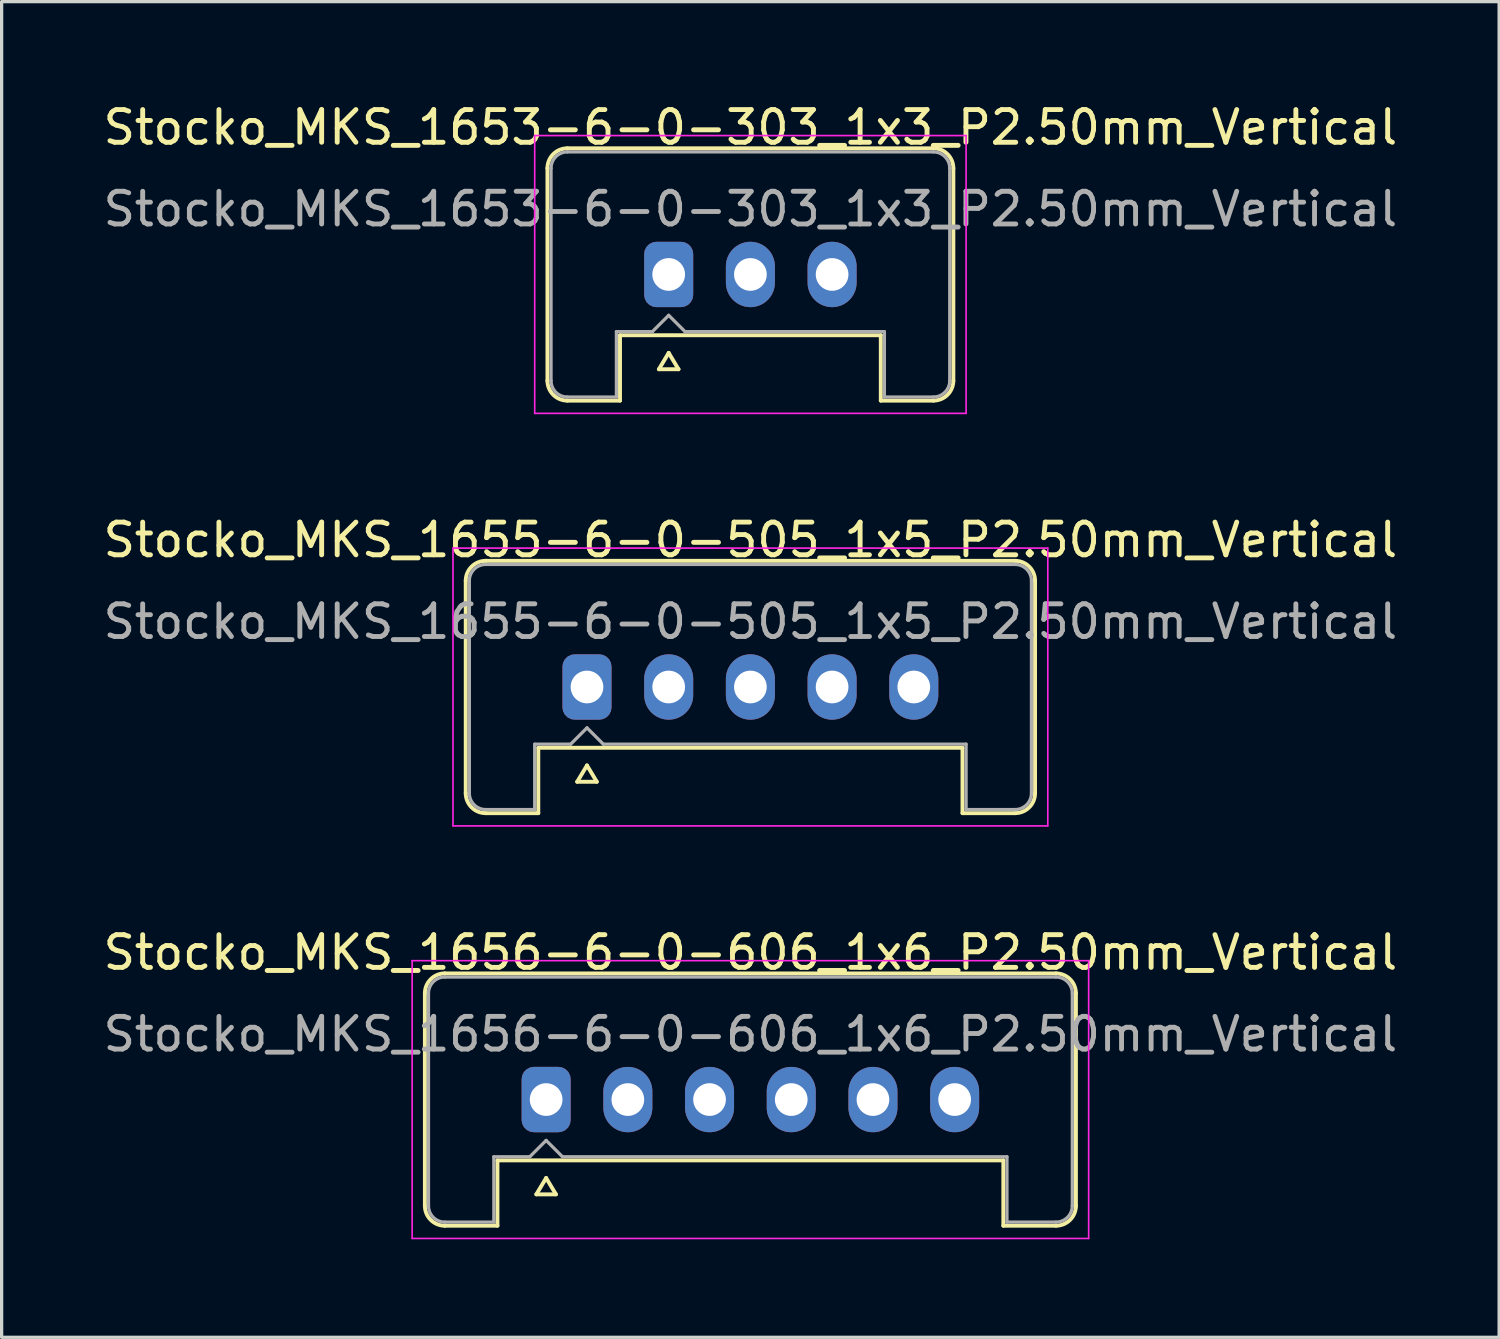
<source format=kicad_pcb>
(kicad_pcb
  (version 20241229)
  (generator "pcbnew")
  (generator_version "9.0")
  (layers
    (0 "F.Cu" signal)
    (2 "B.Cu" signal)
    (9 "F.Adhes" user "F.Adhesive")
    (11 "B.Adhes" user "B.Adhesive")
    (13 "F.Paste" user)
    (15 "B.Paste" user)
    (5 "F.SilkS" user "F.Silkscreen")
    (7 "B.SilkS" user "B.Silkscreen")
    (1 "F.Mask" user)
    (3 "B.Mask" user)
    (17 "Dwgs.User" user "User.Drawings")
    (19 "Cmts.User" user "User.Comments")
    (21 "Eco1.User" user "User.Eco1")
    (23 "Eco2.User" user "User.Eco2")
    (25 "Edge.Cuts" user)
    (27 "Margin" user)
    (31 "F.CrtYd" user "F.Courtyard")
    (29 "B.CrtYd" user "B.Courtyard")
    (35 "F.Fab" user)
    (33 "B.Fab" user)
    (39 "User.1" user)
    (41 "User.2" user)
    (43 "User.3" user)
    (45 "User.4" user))
  (footprint "Stocko_MKS_1655-6-0-505_1x5_P2.50mm_Vertical"
    (layer "F.Cu")
    (at 14.911 17.971)
    (property "Reference" "Stocko_MKS_1655-6-0-505_1x5_P2.50mm_Vertical" (at 5 -4.5 0) (layer "F.SilkS") (effects (font (size 1 1) (thickness 0.15))))
    (attr through_hole)
    (fp_line (start -3.71 -3.25) (end -3.71 3.25) (stroke (width 0.12) (type solid)) (layer "F.SilkS"))
    (fp_line (start -3.1 -3.86) (end 13.1 -3.86) (stroke (width 0.12) (type solid)) (layer "F.SilkS"))
    (fp_line (start -3.1 3.86) (end -1.49 3.86) (stroke (width 0.12) (type solid)) (layer "F.SilkS"))
    (fp_line (start -1.49 1.86) (end 11.49 1.86) (stroke (width 0.12) (type solid)) (layer "F.SilkS"))
    (fp_line (start -1.49 3.86) (end -1.49 1.86) (stroke (width 0.12) (type solid)) (layer "F.SilkS"))
    (fp_line (start -0.3 2.9) (end 0.3 2.9) (stroke (width 0.12) (type solid)) (layer "F.SilkS"))
    (fp_line (start 0 2.4) (end -0.3 2.9) (stroke (width 0.12) (type solid)) (layer "F.SilkS"))
    (fp_line (start 0.3 2.9) (end 0 2.4) (stroke (width 0.12) (type solid)) (layer "F.SilkS"))
    (fp_line (start 11.49 3.86) (end 11.49 1.86) (stroke (width 0.12) (type solid)) (layer "F.SilkS"))
    (fp_line (start 13.1 3.86) (end 11.49 3.86) (stroke (width 0.12) (type solid)) (layer "F.SilkS"))
    (fp_line (start 13.71 -3.25) (end 13.71 3.25) (stroke (width 0.12) (type solid)) (layer "F.SilkS"))
    (fp_arc (start -3.71 -3.25) (mid -3.531335 -3.681335) (end -3.1 -3.86) (stroke (width 0.12) (type solid)) (layer "F.SilkS"))
    (fp_arc (start -3.1 3.86) (mid -3.531335 3.681335) (end -3.71 3.25) (stroke (width 0.12) (type solid)) (layer "F.SilkS"))
    (fp_arc (start 13.1 -3.86) (mid 13.531335 -3.681335) (end 13.71 -3.25) (stroke (width 0.12) (type solid)) (layer "F.SilkS"))
    (fp_arc (start 13.71 3.25) (mid 13.531335 3.681335) (end 13.1 3.86) (stroke (width 0.12) (type solid)) (layer "F.SilkS"))
    (fp_line (start -4.1 -4.25) (end -4.1 4.25) (stroke (width 0.05) (type solid)) (layer "F.CrtYd"))
    (fp_line (start -4.1 4.25) (end 14.1 4.25) (stroke (width 0.05) (type solid)) (layer "F.CrtYd"))
    (fp_line (start 14.1 -4.25) (end -4.1 -4.25) (stroke (width 0.05) (type solid)) (layer "F.CrtYd"))
    (fp_line (start 14.1 4.25) (end 14.1 -4.25) (stroke (width 0.05) (type solid)) (layer "F.CrtYd"))
    (fp_line (start -3.6 -3.25) (end -3.6 3.25) (stroke (width 0.1) (type solid)) (layer "F.Fab"))
    (fp_line (start -3.1 -3.75) (end 13.1 -3.75) (stroke (width 0.1) (type solid)) (layer "F.Fab"))
    (fp_line (start -3.1 3.75) (end -1.6 3.75) (stroke (width 0.1) (type solid)) (layer "F.Fab"))
    (fp_line (start -1.6 1.75) (end -0.5 1.75) (stroke (width 0.1) (type solid)) (layer "F.Fab"))
    (fp_line (start -1.6 3.75) (end -1.6 1.75) (stroke (width 0.1) (type solid)) (layer "F.Fab"))
    (fp_line (start -0.5 1.75) (end 0 1.25) (stroke (width 0.1) (type solid)) (layer "F.Fab"))
    (fp_line (start 0 1.25) (end 0.5 1.75) (stroke (width 0.1) (type solid)) (layer "F.Fab"))
    (fp_line (start 0.5 1.75) (end 11.6 1.75) (stroke (width 0.1) (type solid)) (layer "F.Fab"))
    (fp_line (start 11.6 3.75) (end 11.6 1.75) (stroke (width 0.1) (type solid)) (layer "F.Fab"))
    (fp_line (start 13.1 3.75) (end 11.6 3.75) (stroke (width 0.1) (type solid)) (layer "F.Fab"))
    (fp_line (start 13.6 -3.25) (end 13.6 3.25) (stroke (width 0.1) (type solid)) (layer "F.Fab"))
    (fp_arc (start -3.6 -3.25) (mid -3.453553 -3.603553) (end -3.1 -3.75) (stroke (width 0.1) (type solid)) (layer "F.Fab"))
    (fp_arc (start -3.1 3.75) (mid -3.453553 3.603553) (end -3.6 3.25) (stroke (width 0.1) (type solid)) (layer "F.Fab"))
    (fp_arc (start 13.1 -3.75) (mid 13.453553 -3.603553) (end 13.6 -3.25) (stroke (width 0.1) (type solid)) (layer "F.Fab"))
    (fp_arc (start 13.6 3.25) (mid 13.453553 3.603553) (end 13.1 3.75) (stroke (width 0.1) (type solid)) (layer "F.Fab"))
    (fp_text user "${REFERENCE}" (at 5 -2 0) (layer "F.Fab") (effects (font (size 1 1) (thickness 0.15))))
    (pad "1" thru_hole roundrect (at 0 0) (size 1.5 2) (drill 1) (layers "*.Cu" "*.Mask") (roundrect_rratio 0.25))
    (pad "2" thru_hole oval (at 2.5 0) (size 1.5 2) (drill 1) (layers "*.Cu" "*.Mask"))
    (pad "3" thru_hole oval (at 5 0) (size 1.5 2) (drill 1) (layers "*.Cu" "*.Mask"))
    (pad "4" thru_hole oval (at 7.5 0) (size 1.5 2) (drill 1) (layers "*.Cu" "*.Mask"))
    (pad "5" thru_hole oval (at 10 0) (size 1.5 2) (drill 1) (layers "*.Cu" "*.Mask")))
  (footprint "Stocko_MKS_1656-6-0-606_1x6_P2.50mm_Vertical"
    (layer "F.Cu")
    (at 13.661 30.595)
    (property "Reference" "Stocko_MKS_1656-6-0-606_1x6_P2.50mm_Vertical" (at 6.25 -4.5 0) (layer "F.SilkS") (effects (font (size 1 1) (thickness 0.15))))
    (attr through_hole)
    (fp_line (start -3.71 -3.25) (end -3.71 3.25) (stroke (width 0.12) (type solid)) (layer "F.SilkS"))
    (fp_line (start -3.1 -3.86) (end 15.6 -3.86) (stroke (width 0.12) (type solid)) (layer "F.SilkS"))
    (fp_line (start -3.1 3.86) (end -1.49 3.86) (stroke (width 0.12) (type solid)) (layer "F.SilkS"))
    (fp_line (start -1.49 1.86) (end 13.99 1.86) (stroke (width 0.12) (type solid)) (layer "F.SilkS"))
    (fp_line (start -1.49 3.86) (end -1.49 1.86) (stroke (width 0.12) (type solid)) (layer "F.SilkS"))
    (fp_line (start -0.3 2.9) (end 0.3 2.9) (stroke (width 0.12) (type solid)) (layer "F.SilkS"))
    (fp_line (start 0 2.4) (end -0.3 2.9) (stroke (width 0.12) (type solid)) (layer "F.SilkS"))
    (fp_line (start 0.3 2.9) (end 0 2.4) (stroke (width 0.12) (type solid)) (layer "F.SilkS"))
    (fp_line (start 13.99 3.86) (end 13.99 1.86) (stroke (width 0.12) (type solid)) (layer "F.SilkS"))
    (fp_line (start 15.6 3.86) (end 13.99 3.86) (stroke (width 0.12) (type solid)) (layer "F.SilkS"))
    (fp_line (start 16.21 -3.25) (end 16.21 3.25) (stroke (width 0.12) (type solid)) (layer "F.SilkS"))
    (fp_arc (start -3.71 -3.25) (mid -3.531335 -3.681335) (end -3.1 -3.86) (stroke (width 0.12) (type solid)) (layer "F.SilkS"))
    (fp_arc (start -3.1 3.86) (mid -3.531335 3.681335) (end -3.71 3.25) (stroke (width 0.12) (type solid)) (layer "F.SilkS"))
    (fp_arc (start 15.6 -3.86) (mid 16.031335 -3.681335) (end 16.21 -3.25) (stroke (width 0.12) (type solid)) (layer "F.SilkS"))
    (fp_arc (start 16.21 3.25) (mid 16.031335 3.681335) (end 15.6 3.86) (stroke (width 0.12) (type solid)) (layer "F.SilkS"))
    (fp_line (start -4.1 -4.25) (end -4.1 4.25) (stroke (width 0.05) (type solid)) (layer "F.CrtYd"))
    (fp_line (start -4.1 4.25) (end 16.6 4.25) (stroke (width 0.05) (type solid)) (layer "F.CrtYd"))
    (fp_line (start 16.6 -4.25) (end -4.1 -4.25) (stroke (width 0.05) (type solid)) (layer "F.CrtYd"))
    (fp_line (start 16.6 4.25) (end 16.6 -4.25) (stroke (width 0.05) (type solid)) (layer "F.CrtYd"))
    (fp_line (start -3.6 -3.25) (end -3.6 3.25) (stroke (width 0.1) (type solid)) (layer "F.Fab"))
    (fp_line (start -3.1 -3.75) (end 15.6 -3.75) (stroke (width 0.1) (type solid)) (layer "F.Fab"))
    (fp_line (start -3.1 3.75) (end -1.6 3.75) (stroke (width 0.1) (type solid)) (layer "F.Fab"))
    (fp_line (start -1.6 1.75) (end -0.5 1.75) (stroke (width 0.1) (type solid)) (layer "F.Fab"))
    (fp_line (start -1.6 3.75) (end -1.6 1.75) (stroke (width 0.1) (type solid)) (layer "F.Fab"))
    (fp_line (start -0.5 1.75) (end 0 1.25) (stroke (width 0.1) (type solid)) (layer "F.Fab"))
    (fp_line (start 0 1.25) (end 0.5 1.75) (stroke (width 0.1) (type solid)) (layer "F.Fab"))
    (fp_line (start 0.5 1.75) (end 14.1 1.75) (stroke (width 0.1) (type solid)) (layer "F.Fab"))
    (fp_line (start 14.1 3.75) (end 14.1 1.75) (stroke (width 0.1) (type solid)) (layer "F.Fab"))
    (fp_line (start 15.6 3.75) (end 14.1 3.75) (stroke (width 0.1) (type solid)) (layer "F.Fab"))
    (fp_line (start 16.1 -3.25) (end 16.1 3.25) (stroke (width 0.1) (type solid)) (layer "F.Fab"))
    (fp_arc (start -3.6 -3.25) (mid -3.453553 -3.603553) (end -3.1 -3.75) (stroke (width 0.1) (type solid)) (layer "F.Fab"))
    (fp_arc (start -3.1 3.75) (mid -3.453553 3.603553) (end -3.6 3.25) (stroke (width 0.1) (type solid)) (layer "F.Fab"))
    (fp_arc (start 15.6 -3.75) (mid 15.953553 -3.603553) (end 16.1 -3.25) (stroke (width 0.1) (type solid)) (layer "F.Fab"))
    (fp_arc (start 16.1 3.25) (mid 15.953553 3.603553) (end 15.6 3.75) (stroke (width 0.1) (type solid)) (layer "F.Fab"))
    (fp_text user "${REFERENCE}" (at 6.25 -2 0) (layer "F.Fab") (effects (font (size 1 1) (thickness 0.15))))
    (pad "1" thru_hole roundrect (at 0 0) (size 1.5 2) (drill 1) (layers "*.Cu" "*.Mask") (roundrect_rratio 0.25))
    (pad "2" thru_hole oval (at 2.5 0) (size 1.5 2) (drill 1) (layers "*.Cu" "*.Mask"))
    (pad "3" thru_hole oval (at 5 0) (size 1.5 2) (drill 1) (layers "*.Cu" "*.Mask"))
    (pad "4" thru_hole oval (at 7.5 0) (size 1.5 2) (drill 1) (layers "*.Cu" "*.Mask"))
    (pad "5" thru_hole oval (at 10 0) (size 1.5 2) (drill 1) (layers "*.Cu" "*.Mask"))
    (pad "6" thru_hole oval (at 12.5 0) (size 1.5 2) (drill 1) (layers "*.Cu" "*.Mask")))
  (footprint "Stocko_MKS_1653-6-0-303_1x3_P2.50mm_Vertical"
    (layer "F.Cu")
    (at 17.411 5.348)
    (property "Reference" "Stocko_MKS_1653-6-0-303_1x3_P2.50mm_Vertical" (at 2.5 -4.5 0) (layer "F.SilkS") (effects (font (size 1 1) (thickness 0.15))))
    (attr through_hole)
    (fp_line (start -3.71 -3.25) (end -3.71 3.25) (stroke (width 0.12) (type solid)) (layer "F.SilkS"))
    (fp_line (start -3.1 -3.86) (end 8.1 -3.86) (stroke (width 0.12) (type solid)) (layer "F.SilkS"))
    (fp_line (start -3.1 3.86) (end -1.49 3.86) (stroke (width 0.12) (type solid)) (layer "F.SilkS"))
    (fp_line (start -1.49 1.86) (end 6.49 1.86) (stroke (width 0.12) (type solid)) (layer "F.SilkS"))
    (fp_line (start -1.49 3.86) (end -1.49 1.86) (stroke (width 0.12) (type solid)) (layer "F.SilkS"))
    (fp_line (start -0.3 2.9) (end 0.3 2.9) (stroke (width 0.12) (type solid)) (layer "F.SilkS"))
    (fp_line (start 0 2.4) (end -0.3 2.9) (stroke (width 0.12) (type solid)) (layer "F.SilkS"))
    (fp_line (start 0.3 2.9) (end 0 2.4) (stroke (width 0.12) (type solid)) (layer "F.SilkS"))
    (fp_line (start 6.49 3.86) (end 6.49 1.86) (stroke (width 0.12) (type solid)) (layer "F.SilkS"))
    (fp_line (start 8.1 3.86) (end 6.49 3.86) (stroke (width 0.12) (type solid)) (layer "F.SilkS"))
    (fp_line (start 8.71 -3.25) (end 8.71 3.25) (stroke (width 0.12) (type solid)) (layer "F.SilkS"))
    (fp_arc (start -3.71 -3.25) (mid -3.531335 -3.681335) (end -3.1 -3.86) (stroke (width 0.12) (type solid)) (layer "F.SilkS"))
    (fp_arc (start -3.1 3.86) (mid -3.531335 3.681335) (end -3.71 3.25) (stroke (width 0.12) (type solid)) (layer "F.SilkS"))
    (fp_arc (start 8.1 -3.86) (mid 8.531335 -3.681335) (end 8.71 -3.25) (stroke (width 0.12) (type solid)) (layer "F.SilkS"))
    (fp_arc (start 8.71 3.25) (mid 8.531335 3.681335) (end 8.1 3.86) (stroke (width 0.12) (type solid)) (layer "F.SilkS"))
    (fp_line (start -4.1 -4.25) (end -4.1 4.25) (stroke (width 0.05) (type solid)) (layer "F.CrtYd"))
    (fp_line (start -4.1 4.25) (end 9.1 4.25) (stroke (width 0.05) (type solid)) (layer "F.CrtYd"))
    (fp_line (start 9.1 -4.25) (end -4.1 -4.25) (stroke (width 0.05) (type solid)) (layer "F.CrtYd"))
    (fp_line (start 9.1 4.25) (end 9.1 -4.25) (stroke (width 0.05) (type solid)) (layer "F.CrtYd"))
    (fp_line (start -3.6 -3.25) (end -3.6 3.25) (stroke (width 0.1) (type solid)) (layer "F.Fab"))
    (fp_line (start -3.1 -3.75) (end 8.1 -3.75) (stroke (width 0.1) (type solid)) (layer "F.Fab"))
    (fp_line (start -3.1 3.75) (end -1.6 3.75) (stroke (width 0.1) (type solid)) (layer "F.Fab"))
    (fp_line (start -1.6 1.75) (end -0.5 1.75) (stroke (width 0.1) (type solid)) (layer "F.Fab"))
    (fp_line (start -1.6 3.75) (end -1.6 1.75) (stroke (width 0.1) (type solid)) (layer "F.Fab"))
    (fp_line (start -0.5 1.75) (end 0 1.25) (stroke (width 0.1) (type solid)) (layer "F.Fab"))
    (fp_line (start 0 1.25) (end 0.5 1.75) (stroke (width 0.1) (type solid)) (layer "F.Fab"))
    (fp_line (start 0.5 1.75) (end 6.6 1.75) (stroke (width 0.1) (type solid)) (layer "F.Fab"))
    (fp_line (start 6.6 3.75) (end 6.6 1.75) (stroke (width 0.1) (type solid)) (layer "F.Fab"))
    (fp_line (start 8.1 3.75) (end 6.6 3.75) (stroke (width 0.1) (type solid)) (layer "F.Fab"))
    (fp_line (start 8.6 -3.25) (end 8.6 3.25) (stroke (width 0.1) (type solid)) (layer "F.Fab"))
    (fp_arc (start -3.6 -3.25) (mid -3.453553 -3.603553) (end -3.1 -3.75) (stroke (width 0.1) (type solid)) (layer "F.Fab"))
    (fp_arc (start -3.1 3.75) (mid -3.453553 3.603553) (end -3.6 3.25) (stroke (width 0.1) (type solid)) (layer "F.Fab"))
    (fp_arc (start 8.1 -3.75) (mid 8.453553 -3.603553) (end 8.6 -3.25) (stroke (width 0.1) (type solid)) (layer "F.Fab"))
    (fp_arc (start 8.6 3.25) (mid 8.453553 3.603553) (end 8.1 3.75) (stroke (width 0.1) (type solid)) (layer "F.Fab"))
    (fp_text user "${REFERENCE}" (at 2.5 -2 0) (layer "F.Fab") (effects (font (size 1 1) (thickness 0.15))))
    (pad "1" thru_hole roundrect (at 0 0) (size 1.5 2) (drill 1) (layers "*.Cu" "*.Mask") (roundrect_rratio 0.25))
    (pad "2" thru_hole oval (at 2.5 0) (size 1.5 2) (drill 1) (layers "*.Cu" "*.Mask"))
    (pad "3" thru_hole oval (at 5 0) (size 1.5 2) (drill 1) (layers "*.Cu" "*.Mask")))
  (gr_rect
    (start -3 -3)
    (end 42.821 37.87)
    (stroke (width 0.1) (type default))
    (fill no)
    (layer "Edge.Cuts")))
</source>
